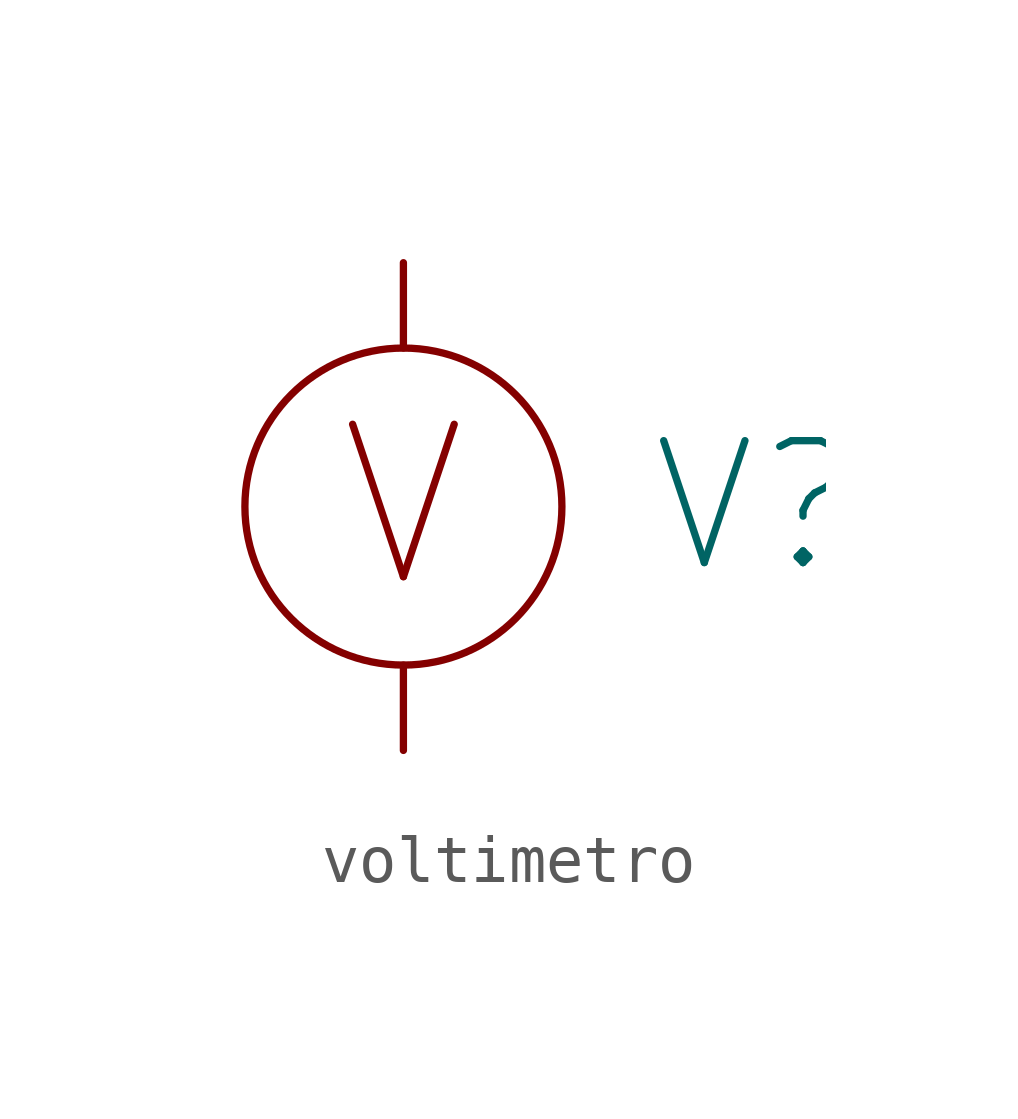
<source format=kicad_sym>
(kicad_symbol_lib
  (version 20231120)
  (generator "kicad_symbol_editor")
  (generator_version "8.0")
  (symbol "voltimetro"
    (pin_names
      (offset 1.016))
    (property "Reference" "V"
      (at 5.08 -5.08 0)
      (effects (font (size 2.54 2.54)) (justify left)))
    (symbol "voltimetro_0_0"
      (text "V" (at 0 -5.08 0) (effects (font (size 3.175 3.175)))))
    (symbol "voltimetro_0_1"
      (circle (center 0 -5.08) (radius 3.302) (stroke (width 0) (type default)) (fill (type none))))
    (symbol "voltimetro_1_1"
      (pin input line (at 0 -10.16 90) (length 1.778) (name "" (effects (font (size 1.27 1.27)))) (number "" (effects (font (size 1.143 1.143)))))
      (pin input line (at 0 0 270) (length 1.778) (name "" (effects (font (size 1.27 1.27)))) (number "" (effects (font (size 1.143 1.143))))))))
</source>
